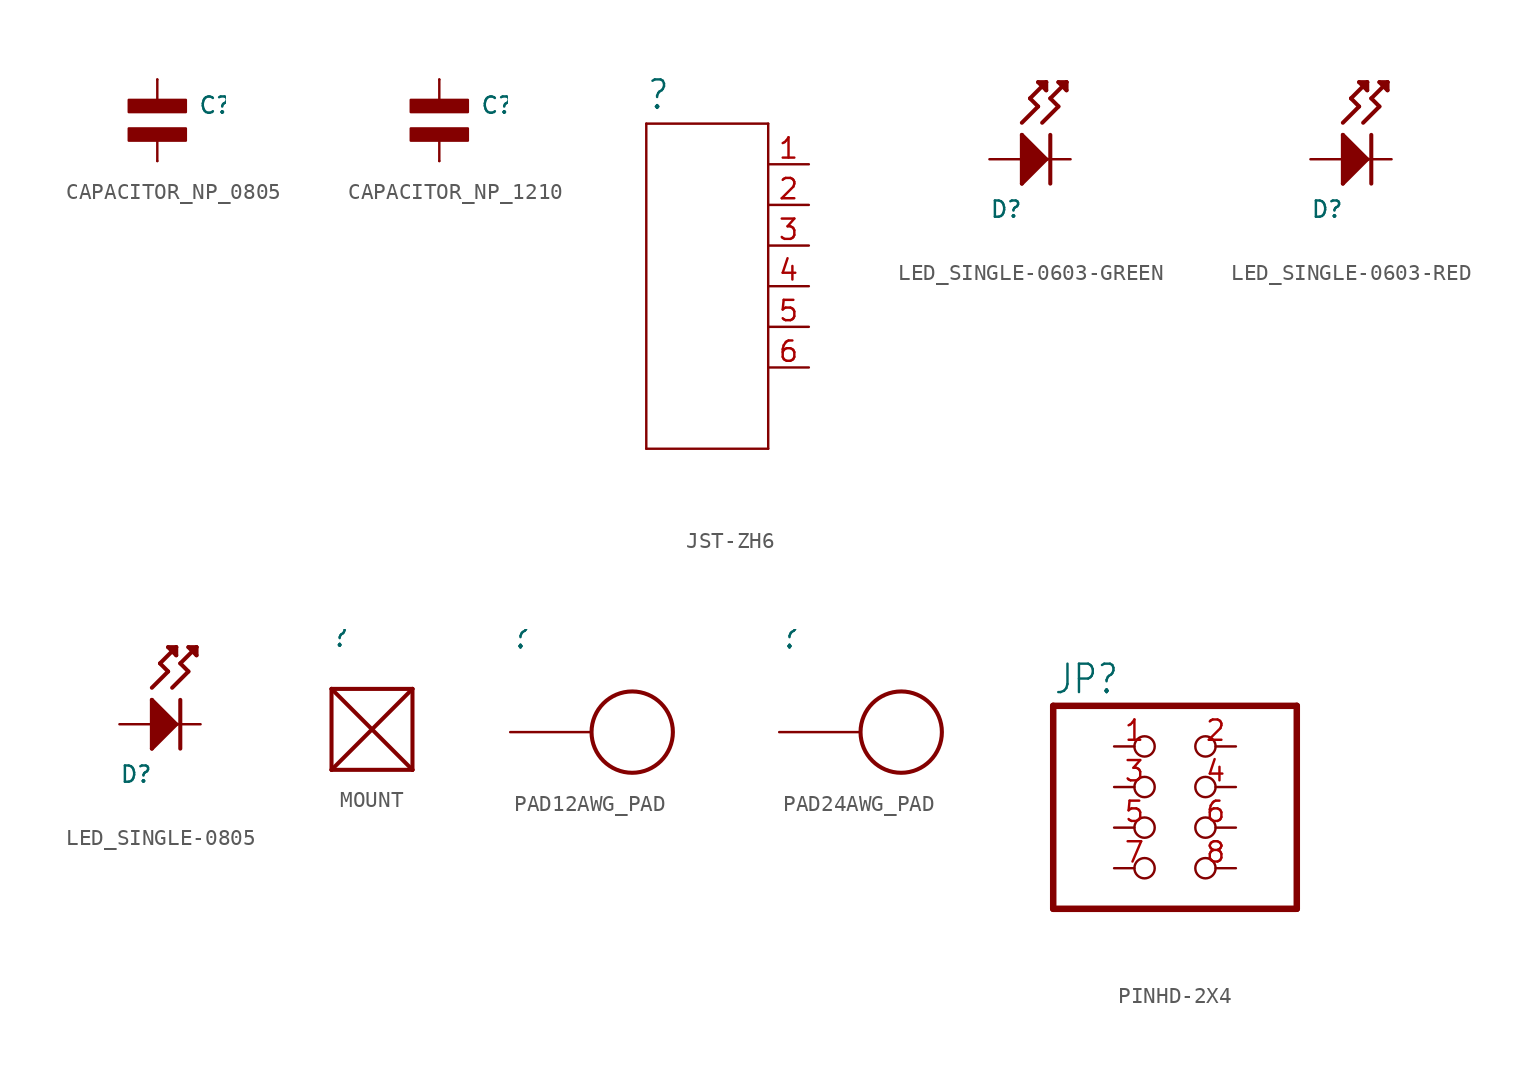
<source format=kicad_sym>
(kicad_symbol_lib
  (version 20220914)
  (generator kicad_symbol_editor)
  (symbol "CAPACITOR_NP_0805"
    (property "Reference" "C"
      (at 2.54 1.524 0)
      (effects (font (size 1.016 1.016)) (justify left top)))
    (property "Value" ""
      (at 2.54 -1.524 0)
      (effects (font (size 1.016 1.016)) (justify left bottom)))
    (property "ki_locked" ""
      (at 0 0 0)
      (effects (font (size 1.27 1.27))))
    (symbol "CAPACITOR_NP_0805_1_0"
      (rectangle (start -1.778 -1.27) (end 1.778 -0.508) (stroke (width 0) (type default)) (fill (type outline)))
      (rectangle (start -1.778 0.508) (end 1.778 1.27) (stroke (width 0) (type default)) (fill (type outline)))
      (polyline (pts (xy 0 -2.54) (xy 0 -1.016)) (stroke (width 0.152) (type solid)) (fill (type none)))
      (polyline (pts (xy 0 2.54) (xy 0 1.016)) (stroke (width 0.152) (type solid)) (fill (type none)))
      (pin passive line (at 0 2.54 270) (length 0) (name "P$1" (effects (font (size 0 0)))) (number "P$1" (effects (font (size 0 0)))))
      (pin passive line (at 0 -2.54 90) (length 0) (name "P$2" (effects (font (size 0 0)))) (number "P$2" (effects (font (size 0 0)))))))
  (symbol "CAPACITOR_NP_1210"
    (property "Reference" "C"
      (at 2.54 1.524 0)
      (effects (font (size 1.016 1.016)) (justify left top)))
    (property "Value" ""
      (at 2.54 -1.524 0)
      (effects (font (size 1.016 1.016)) (justify left bottom)))
    (property "ki_locked" ""
      (at 0 0 0)
      (effects (font (size 1.27 1.27))))
    (symbol "CAPACITOR_NP_1210_1_0"
      (rectangle (start -1.778 -1.27) (end 1.778 -0.508) (stroke (width 0) (type default)) (fill (type outline)))
      (rectangle (start -1.778 0.508) (end 1.778 1.27) (stroke (width 0) (type default)) (fill (type outline)))
      (polyline (pts (xy 0 -2.54) (xy 0 -1.016)) (stroke (width 0.152) (type solid)) (fill (type none)))
      (polyline (pts (xy 0 2.54) (xy 0 1.016)) (stroke (width 0.152) (type solid)) (fill (type none)))
      (pin passive line (at 0 2.54 270) (length 0) (name "P$1" (effects (font (size 0 0)))) (number "P$1" (effects (font (size 0 0)))))
      (pin passive line (at 0 -2.54 90) (length 0) (name "P$2" (effects (font (size 0 0)))) (number "P$2" (effects (font (size 0 0)))))))
  (symbol "JST-ZH6"
    (property "Reference" ""
      (at -5.08 10.922 0)
      (effects (font (size 1.778 1.511)) (justify left bottom)))
    (property "Value" ""
      (at -5.08 -12.446 0)
      (effects (font (size 1.778 1.511)) (justify left bottom)))
    (property "ki_locked" ""
      (at 0 0 0)
      (effects (font (size 1.27 1.27))))
    (symbol "JST-ZH6_1_0"
      (polyline (pts (xy -5.08 -10.16) (xy 2.54 -10.16)) (stroke (width 0.152) (type solid)) (fill (type none)))
      (polyline (pts (xy -5.08 10.16) (xy -5.08 -10.16)) (stroke (width 0.152) (type solid)) (fill (type none)))
      (polyline (pts (xy 2.54 -10.16) (xy 2.54 10.16)) (stroke (width 0.152) (type solid)) (fill (type none)))
      (polyline (pts (xy 2.54 10.16) (xy -5.08 10.16)) (stroke (width 0.152) (type solid)) (fill (type none)))
      (pin passive line (at 5.08 7.62 180) (length 2.54) (name "1" (effects (font (size 0 0)))) (number "1" (effects (font (size 1.27 1.27)))))
      (pin passive line (at 5.08 5.08 180) (length 2.54) (name "2" (effects (font (size 0 0)))) (number "2" (effects (font (size 1.27 1.27)))))
      (pin passive line (at 5.08 2.54 180) (length 2.54) (name "3" (effects (font (size 0 0)))) (number "3" (effects (font (size 1.27 1.27)))))
      (pin passive line (at 5.08 0 180) (length 2.54) (name "4" (effects (font (size 0 0)))) (number "4" (effects (font (size 1.27 1.27)))))
      (pin passive line (at 5.08 -2.54 180) (length 2.54) (name "5" (effects (font (size 0 0)))) (number "5" (effects (font (size 1.27 1.27)))))
      (pin passive line (at 5.08 -5.08 180) (length 2.54) (name "6" (effects (font (size 0 0)))) (number "6" (effects (font (size 1.27 1.27)))))))
  (symbol "LED_SINGLE-0603-GREEN"
    (property "Reference" "D"
      (at -2.54 -2.54 0)
      (effects (font (size 1.016 1.016)) (justify left top)))
    (property "Value" ""
      (at -2.54 -5.08 0)
      (effects (font (size 1.016 1.016)) (justify left bottom)))
    (property "ki_locked" ""
      (at 0 0 0)
      (effects (font (size 1.27 1.27))))
    (symbol "LED_SINGLE-0603-GREEN_1_0"
      (polyline (pts (xy -0.508 -1.524) (xy -0.508 1.524)) (stroke (width 0.254) (type solid)) (fill (type none)))
      (polyline (pts (xy -0.508 1.524) (xy 1.016 0)) (stroke (width 0.254) (type solid)) (fill (type none)))
      (polyline (pts (xy -0.508 2.286) (xy 0.508 3.302)) (stroke (width 0.254) (type solid)) (fill (type none)))
      (polyline (pts (xy 0 3.81) (xy 1.016 4.826)) (stroke (width 0.254) (type solid)) (fill (type none)))
      (polyline (pts (xy 0.508 3.302) (xy 0 3.81)) (stroke (width 0.254) (type solid)) (fill (type none)))
      (polyline (pts (xy 0.508 4.826) (xy 1.016 4.318)) (stroke (width 0.254) (type solid)) (fill (type none)))
      (polyline (pts (xy 0.762 2.286) (xy 1.778 3.302)) (stroke (width 0.254) (type solid)) (fill (type none)))
      (polyline (pts (xy 1.016 0) (xy -0.508 -1.524)) (stroke (width 0.254) (type solid)) (fill (type none)))
      (polyline (pts (xy 1.016 4.318) (xy 1.016 4.826)) (stroke (width 0.254) (type solid)) (fill (type none)))
      (polyline (pts (xy 1.016 4.826) (xy 0.508 4.826)) (stroke (width 0.254) (type solid)) (fill (type none)))
      (polyline (pts (xy 1.27 1.524) (xy 1.27 -1.524)) (stroke (width 0.254) (type solid)) (fill (type none)))
      (polyline (pts (xy 1.27 3.81) (xy 2.286 4.826)) (stroke (width 0.254) (type solid)) (fill (type none)))
      (polyline (pts (xy 1.778 3.302) (xy 1.27 3.81)) (stroke (width 0.254) (type solid)) (fill (type none)))
      (polyline (pts (xy 1.778 4.826) (xy 2.286 4.318)) (stroke (width 0.254) (type solid)) (fill (type none)))
      (polyline (pts (xy 2.286 4.318) (xy 2.286 4.826)) (stroke (width 0.254) (type solid)) (fill (type none)))
      (polyline (pts (xy 2.286 4.826) (xy 1.778 4.826)) (stroke (width 0.254) (type solid)) (fill (type none)))
      (polyline (pts (xy -0.508 -1.524) (xy -0.508 1.524) (xy 1.016 0)) (stroke (width 0) (type default)) (fill (type outline)))
      (pin power_in line (at -2.54 0 0) (length 2.54) (name "ANODE" (effects (font (size 0 0)))) (number "ANODE" (effects (font (size 0 0)))))
      (pin power_in line (at 2.54 0 180) (length 2.54) (name "CATHODE" (effects (font (size 0 0)))) (number "CATHODE" (effects (font (size 0 0)))))))
  (symbol "LED_SINGLE-0603-RED"
    (property "Reference" "D"
      (at -2.54 -2.54 0)
      (effects (font (size 1.016 1.016)) (justify left top)))
    (property "Value" ""
      (at -2.54 -5.08 0)
      (effects (font (size 1.016 1.016)) (justify left bottom)))
    (property "ki_locked" ""
      (at 0 0 0)
      (effects (font (size 1.27 1.27))))
    (symbol "LED_SINGLE-0603-RED_1_0"
      (polyline (pts (xy -0.508 -1.524) (xy -0.508 1.524)) (stroke (width 0.254) (type solid)) (fill (type none)))
      (polyline (pts (xy -0.508 1.524) (xy 1.016 0)) (stroke (width 0.254) (type solid)) (fill (type none)))
      (polyline (pts (xy -0.508 2.286) (xy 0.508 3.302)) (stroke (width 0.254) (type solid)) (fill (type none)))
      (polyline (pts (xy 0 3.81) (xy 1.016 4.826)) (stroke (width 0.254) (type solid)) (fill (type none)))
      (polyline (pts (xy 0.508 3.302) (xy 0 3.81)) (stroke (width 0.254) (type solid)) (fill (type none)))
      (polyline (pts (xy 0.508 4.826) (xy 1.016 4.318)) (stroke (width 0.254) (type solid)) (fill (type none)))
      (polyline (pts (xy 0.762 2.286) (xy 1.778 3.302)) (stroke (width 0.254) (type solid)) (fill (type none)))
      (polyline (pts (xy 1.016 0) (xy -0.508 -1.524)) (stroke (width 0.254) (type solid)) (fill (type none)))
      (polyline (pts (xy 1.016 4.318) (xy 1.016 4.826)) (stroke (width 0.254) (type solid)) (fill (type none)))
      (polyline (pts (xy 1.016 4.826) (xy 0.508 4.826)) (stroke (width 0.254) (type solid)) (fill (type none)))
      (polyline (pts (xy 1.27 1.524) (xy 1.27 -1.524)) (stroke (width 0.254) (type solid)) (fill (type none)))
      (polyline (pts (xy 1.27 3.81) (xy 2.286 4.826)) (stroke (width 0.254) (type solid)) (fill (type none)))
      (polyline (pts (xy 1.778 3.302) (xy 1.27 3.81)) (stroke (width 0.254) (type solid)) (fill (type none)))
      (polyline (pts (xy 1.778 4.826) (xy 2.286 4.318)) (stroke (width 0.254) (type solid)) (fill (type none)))
      (polyline (pts (xy 2.286 4.318) (xy 2.286 4.826)) (stroke (width 0.254) (type solid)) (fill (type none)))
      (polyline (pts (xy 2.286 4.826) (xy 1.778 4.826)) (stroke (width 0.254) (type solid)) (fill (type none)))
      (polyline (pts (xy -0.508 -1.524) (xy -0.508 1.524) (xy 1.016 0)) (stroke (width 0) (type default)) (fill (type outline)))
      (pin power_in line (at -2.54 0 0) (length 2.54) (name "ANODE" (effects (font (size 0 0)))) (number "ANODE" (effects (font (size 0 0)))))
      (pin power_in line (at 2.54 0 180) (length 2.54) (name "CATHODE" (effects (font (size 0 0)))) (number "CATHODE" (effects (font (size 0 0)))))))
  (symbol "LED_SINGLE-0805"
    (property "Reference" "D"
      (at -2.54 -2.54 0)
      (effects (font (size 1.016 1.016)) (justify left top)))
    (property "Value" ""
      (at -2.54 -5.08 0)
      (effects (font (size 1.016 1.016)) (justify left bottom)))
    (property "ki_locked" ""
      (at 0 0 0)
      (effects (font (size 1.27 1.27))))
    (symbol "LED_SINGLE-0805_1_0"
      (polyline (pts (xy -0.508 -1.524) (xy -0.508 1.524)) (stroke (width 0.254) (type solid)) (fill (type none)))
      (polyline (pts (xy -0.508 1.524) (xy 1.016 0)) (stroke (width 0.254) (type solid)) (fill (type none)))
      (polyline (pts (xy -0.508 2.286) (xy 0.508 3.302)) (stroke (width 0.254) (type solid)) (fill (type none)))
      (polyline (pts (xy 0 3.81) (xy 1.016 4.826)) (stroke (width 0.254) (type solid)) (fill (type none)))
      (polyline (pts (xy 0.508 3.302) (xy 0 3.81)) (stroke (width 0.254) (type solid)) (fill (type none)))
      (polyline (pts (xy 0.508 4.826) (xy 1.016 4.318)) (stroke (width 0.254) (type solid)) (fill (type none)))
      (polyline (pts (xy 0.762 2.286) (xy 1.778 3.302)) (stroke (width 0.254) (type solid)) (fill (type none)))
      (polyline (pts (xy 1.016 0) (xy -0.508 -1.524)) (stroke (width 0.254) (type solid)) (fill (type none)))
      (polyline (pts (xy 1.016 4.318) (xy 1.016 4.826)) (stroke (width 0.254) (type solid)) (fill (type none)))
      (polyline (pts (xy 1.016 4.826) (xy 0.508 4.826)) (stroke (width 0.254) (type solid)) (fill (type none)))
      (polyline (pts (xy 1.27 1.524) (xy 1.27 -1.524)) (stroke (width 0.254) (type solid)) (fill (type none)))
      (polyline (pts (xy 1.27 3.81) (xy 2.286 4.826)) (stroke (width 0.254) (type solid)) (fill (type none)))
      (polyline (pts (xy 1.778 3.302) (xy 1.27 3.81)) (stroke (width 0.254) (type solid)) (fill (type none)))
      (polyline (pts (xy 1.778 4.826) (xy 2.286 4.318)) (stroke (width 0.254) (type solid)) (fill (type none)))
      (polyline (pts (xy 2.286 4.318) (xy 2.286 4.826)) (stroke (width 0.254) (type solid)) (fill (type none)))
      (polyline (pts (xy 2.286 4.826) (xy 1.778 4.826)) (stroke (width 0.254) (type solid)) (fill (type none)))
      (polyline (pts (xy -0.508 -1.524) (xy -0.508 1.524) (xy 1.016 0)) (stroke (width 0) (type default)) (fill (type outline)))
      (pin power_in line (at -2.54 0 0) (length 2.54) (name "ANODE" (effects (font (size 0 0)))) (number "ANODE" (effects (font (size 0 0)))))
      (pin power_in line (at 2.54 0 180) (length 2.54) (name "CATHODE" (effects (font (size 0 0)))) (number "CATHODE" (effects (font (size 0 0)))))))
  (symbol "MOUNT"
    (property "Reference" ""
      (at -2.54 5.08 0)
      (effects (font (size 1.27 1.079)) (justify left bottom)))
    (property "ki_locked" ""
      (at 0 0 0)
      (effects (font (size 1.27 1.27))))
    (symbol "MOUNT_1_0"
      (polyline (pts (xy -2.54 -2.54) (xy -2.54 2.54)) (stroke (width 0.254) (type solid)) (fill (type none)))
      (polyline (pts (xy -2.54 2.54) (xy 2.54 -2.54)) (stroke (width 0.254) (type solid)) (fill (type none)))
      (polyline (pts (xy -2.54 2.54) (xy 2.54 2.54)) (stroke (width 0.254) (type solid)) (fill (type none)))
      (polyline (pts (xy 2.54 -2.54) (xy -2.54 -2.54)) (stroke (width 0.254) (type solid)) (fill (type none)))
      (polyline (pts (xy 2.54 -2.54) (xy 2.54 2.54)) (stroke (width 0.254) (type solid)) (fill (type none)))
      (polyline (pts (xy 2.54 2.54) (xy -2.54 -2.54)) (stroke (width 0.254) (type solid)) (fill (type none)))))
  (symbol "PAD12AWG_PAD"
    (property "Reference" ""
      (at -7.62 5.08 0)
      (effects (font (size 1.676 1.425)) (justify left bottom)))
    (property "ki_locked" ""
      (at 0 0 0)
      (effects (font (size 1.27 1.27))))
    (symbol "PAD12AWG_PAD_1_0"
      (circle (center 0 0) (radius 2.54) (stroke (width 0.254) (type solid)) (fill (type none)))
      (pin bidirectional line (at -7.62 0 0) (length 5.08) (name "P$1" (effects (font (size 0 0)))) (number "1" (effects (font (size 0 0)))))))
  (symbol "PAD24AWG_PAD"
    (property "Reference" ""
      (at -7.62 5.08 0)
      (effects (font (size 1.676 1.425)) (justify left bottom)))
    (property "ki_locked" ""
      (at 0 0 0)
      (effects (font (size 1.27 1.27))))
    (symbol "PAD24AWG_PAD_1_0"
      (circle (center 0 0) (radius 2.54) (stroke (width 0.254) (type solid)) (fill (type none)))
      (pin bidirectional line (at -7.62 0 0) (length 5.08) (name "P$1" (effects (font (size 0 0)))) (number "P$1" (effects (font (size 0 0)))))))
  (symbol "PINHD-2X4"
    (property "Reference" "JP"
      (at -6.35 8.255 0)
      (effects (font (size 1.778 1.511)) (justify left bottom)))
    (property "Value" ""
      (at -6.35 -7.62 0)
      (effects (font (size 1.778 1.511)) (justify left bottom)))
    (property "ki_locked" ""
      (at 0 0 0)
      (effects (font (size 1.27 1.27))))
    (symbol "PINHD-2X4_1_0"
      (polyline (pts (xy -6.35 -5.08) (xy 8.89 -5.08)) (stroke (width 0.406) (type solid)) (fill (type none)))
      (polyline (pts (xy -6.35 7.62) (xy -6.35 -5.08)) (stroke (width 0.406) (type solid)) (fill (type none)))
      (polyline (pts (xy 8.89 -5.08) (xy 8.89 7.62)) (stroke (width 0.406) (type solid)) (fill (type none)))
      (polyline (pts (xy 8.89 7.62) (xy -6.35 7.62)) (stroke (width 0.406) (type solid)) (fill (type none)))
      (pin passive inverted (at -2.54 5.08 0) (length 2.54) (name "1" (effects (font (size 0 0)))) (number "1" (effects (font (size 1.27 1.27)))))
      (pin passive inverted (at 5.08 5.08 180) (length 2.54) (name "2" (effects (font (size 0 0)))) (number "2" (effects (font (size 1.27 1.27)))))
      (pin passive inverted (at -2.54 2.54 0) (length 2.54) (name "3" (effects (font (size 0 0)))) (number "3" (effects (font (size 1.27 1.27)))))
      (pin passive inverted (at 5.08 2.54 180) (length 2.54) (name "4" (effects (font (size 0 0)))) (number "4" (effects (font (size 1.27 1.27)))))
      (pin passive inverted (at -2.54 0 0) (length 2.54) (name "5" (effects (font (size 0 0)))) (number "5" (effects (font (size 1.27 1.27)))))
      (pin passive inverted (at 5.08 0 180) (length 2.54) (name "6" (effects (font (size 0 0)))) (number "6" (effects (font (size 1.27 1.27)))))
      (pin passive inverted (at -2.54 -2.54 0) (length 2.54) (name "7" (effects (font (size 0 0)))) (number "7" (effects (font (size 1.27 1.27)))))
      (pin passive inverted (at 5.08 -2.54 180) (length 2.54) (name "8" (effects (font (size 0 0)))) (number "8" (effects (font (size 1.27 1.27))))))))
</source>
